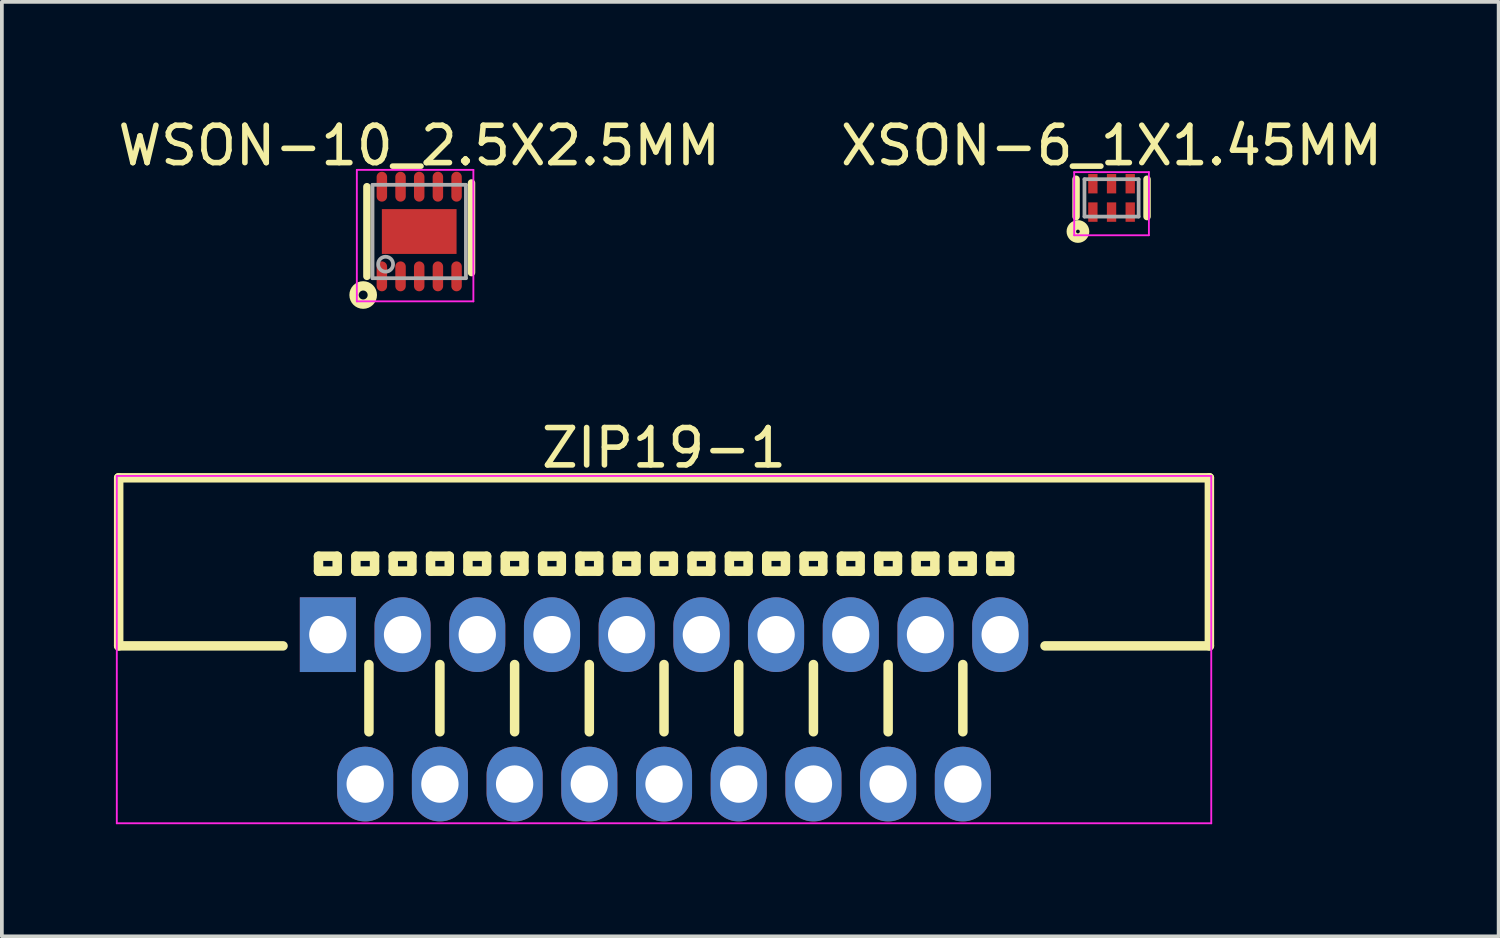
<source format=kicad_pcb>
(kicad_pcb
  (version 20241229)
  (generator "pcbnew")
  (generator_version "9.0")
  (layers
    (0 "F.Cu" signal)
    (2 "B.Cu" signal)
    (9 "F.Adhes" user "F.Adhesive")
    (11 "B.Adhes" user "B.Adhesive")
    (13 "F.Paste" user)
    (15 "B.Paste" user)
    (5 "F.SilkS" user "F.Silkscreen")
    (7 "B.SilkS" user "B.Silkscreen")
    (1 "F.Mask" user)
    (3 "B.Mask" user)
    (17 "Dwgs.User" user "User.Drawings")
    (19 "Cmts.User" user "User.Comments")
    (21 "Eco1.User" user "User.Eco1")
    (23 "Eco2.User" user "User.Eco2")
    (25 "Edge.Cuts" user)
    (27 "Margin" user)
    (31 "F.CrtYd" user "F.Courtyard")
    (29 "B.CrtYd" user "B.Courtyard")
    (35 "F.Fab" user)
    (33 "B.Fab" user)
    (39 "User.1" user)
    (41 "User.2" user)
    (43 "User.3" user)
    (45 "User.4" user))
  (footprint "WSON-10_2.5X2.5MM"
    (layer "F.Cu")
    (at 8.173 3.148)
    (property "Reference" "WSON-10_2.5X2.5MM" (at 0 -2.3 0) (layer "F.SilkS") (effects (font (size 1 1) (thickness 0.15))))
    (attr through_hole)
    (fp_line (start -1.4 1.2) (end -1.4 -1.2) (stroke (width 0.2) (type solid)) (layer "F.SilkS"))
    (fp_line (start 1.4 1.1) (end 1.4 -1.3) (stroke (width 0.2) (type solid)) (layer "F.SilkS"))
    (fp_circle (center -1.5 1.7) (end -1.38 1.7) (stroke (width 0.25) (type solid)) (fill no) (layer "F.SilkS"))
    (fp_line (start -1.67 -1.65) (end 1.45 -1.65) (stroke (width 0.05) (type solid)) (layer "F.CrtYd"))
    (fp_line (start -1.67 1.87) (end -1.67 -1.65) (stroke (width 0.05) (type solid)) (layer "F.CrtYd"))
    (fp_line (start 1.45 -1.65) (end 1.45 1.87) (stroke (width 0.05) (type solid)) (layer "F.CrtYd"))
    (fp_line (start 1.45 1.87) (end -1.67 1.87) (stroke (width 0.05) (type solid)) (layer "F.CrtYd"))
    (fp_line (start -1.25 -1.25) (end 1.25 -1.25) (stroke (width 0.1) (type solid)) (layer "F.Fab"))
    (fp_line (start -1.25 1.25) (end -1.25 -1.25) (stroke (width 0.1) (type solid)) (layer "F.Fab"))
    (fp_line (start -1.25 1.25) (end 1.25 1.25) (stroke (width 0.1) (type solid)) (layer "F.Fab"))
    (fp_line (start 1.25 1.25) (end 1.25 -1.25) (stroke (width 0.1) (type solid)) (layer "F.Fab"))
    (fp_circle (center -0.9 0.875) (end -0.7 0.875) (stroke (width 0.1) (type solid)) (fill no) (layer "F.Fab"))
    (pad "0" smd rect (at 0 0) (size 2 1.2) (layers "F.Cu" "F.Mask" "F.Paste"))
    (pad "1" smd oval (at -1 1.2 180) (size 0.28 0.8) (layers "F.Cu" "F.Mask" "F.Paste"))
    (pad "2" smd oval (at -0.5 1.2 180) (size 0.28 0.8) (layers "F.Cu" "F.Mask" "F.Paste"))
    (pad "3" smd oval (at 0 1.2 180) (size 0.28 0.8) (layers "F.Cu" "F.Mask" "F.Paste"))
    (pad "4" smd oval (at 0.5 1.2 180) (size 0.28 0.8) (layers "F.Cu" "F.Mask" "F.Paste"))
    (pad "5" smd oval (at 1 1.2 180) (size 0.28 0.8) (layers "F.Cu" "F.Mask" "F.Paste"))
    (pad "6" smd oval (at 1 -1.2) (size 0.28 0.8) (layers "F.Cu" "F.Mask" "F.Paste"))
    (pad "7" smd oval (at 0.5 -1.2) (size 0.28 0.8) (layers "F.Cu" "F.Mask" "F.Paste"))
    (pad "8" smd oval (at 0 -1.2) (size 0.28 0.8) (layers "F.Cu" "F.Mask" "F.Paste"))
    (pad "9" smd oval (at -0.5 -1.2) (size 0.28 0.8) (layers "F.Cu" "F.Mask" "F.Paste"))
    (pad "10" smd oval (at -1 -1.2) (size 0.28 0.8) (layers "F.Cu" "F.Mask" "F.Paste")))
  (footprint "XSON-6_1X1.45MM"
    (layer "F.Cu")
    (at 26.708 2.248)
    (property "Reference" "XSON-6_1X1.45MM" (at 0 -1.4 0) (layer "F.SilkS") (effects (font (size 1 1) (thickness 0.15))))
    (attr through_hole)
    (fp_line (start -0.95 0.5) (end -0.95 -0.5) (stroke (width 0.2) (type solid)) (layer "F.SilkS"))
    (fp_line (start 0.95 0.5) (end 0.95 -0.5) (stroke (width 0.2) (type solid)) (layer "F.SilkS"))
    (fp_circle (center -0.9 0.9) (end -0.85 0.9) (stroke (width 0.254) (type solid)) (fill no) (layer "F.SilkS"))
    (fp_line (start -1 -0.69) (end 1 -0.69) (stroke (width 0.05) (type solid)) (layer "F.CrtYd"))
    (fp_line (start -1 1) (end -1 -0.69) (stroke (width 0.05) (type solid)) (layer "F.CrtYd"))
    (fp_line (start 1 -0.69) (end 1 1) (stroke (width 0.05) (type solid)) (layer "F.CrtYd"))
    (fp_line (start 1 1) (end -1 1) (stroke (width 0.05) (type solid)) (layer "F.CrtYd"))
    (fp_line (start -0.725 -0.5) (end 0.725 -0.5) (stroke (width 0.1) (type solid)) (layer "F.Fab"))
    (fp_line (start -0.725 0.5) (end -0.725 -0.5) (stroke (width 0.1) (type solid)) (layer "F.Fab"))
    (fp_line (start -0.725 0.5) (end 0.725 0.5) (stroke (width 0.1) (type solid)) (layer "F.Fab"))
    (fp_line (start 0.725 0.5) (end 0.725 -0.5) (stroke (width 0.1) (type solid)) (layer "F.Fab"))
    (pad "1" smd rect (at -0.5 0.38) (size 0.25 0.52) (layers "F.Cu" "F.Mask" "F.Paste"))
    (pad "2" smd rect (at 0 0.38) (size 0.25 0.52) (layers "F.Cu" "F.Mask" "F.Paste"))
    (pad "3" smd rect (at 0.5 0.38) (size 0.25 0.52) (layers "F.Cu" "F.Mask" "F.Paste"))
    (pad "4" smd rect (at 0.5 -0.38 180) (size 0.25 0.52) (layers "F.Cu" "F.Mask" "F.Paste"))
    (pad "5" smd rect (at 0 -0.38 180) (size 0.25 0.52) (layers "F.Cu" "F.Mask" "F.Paste"))
    (pad "6" smd rect (at -0.5 -0.38 180) (size 0.25 0.52) (layers "F.Cu" "F.Mask" "F.Paste")))
  (footprint "ZIP19-1"
    (layer "F.Cu")
    (at 14.727 15.941)
    (property "Reference" "ZIP19-1" (at 0 -7 0) (layer "F.SilkS") (effects (font (size 1 1) (thickness 0.15))))
    (attr through_hole)
    (fp_line (start -14.6 -6.2) (end 14.6 -6.2) (stroke (width 0.254) (type solid)) (layer "F.SilkS"))
    (fp_line (start -14.6 -1.7) (end -14.6 -6.2) (stroke (width 0.254) (type solid)) (layer "F.SilkS"))
    (fp_line (start -14.6 -1.7) (end -10.2 -1.7) (stroke (width 0.254) (type solid)) (layer "F.SilkS"))
    (fp_line (start -9.25 -4.1) (end -8.75 -4.1) (stroke (width 0.254) (type solid)) (layer "F.SilkS"))
    (fp_line (start -9.25 -3.7) (end -9.25 -4.1) (stroke (width 0.254) (type solid)) (layer "F.SilkS"))
    (fp_line (start -9.25 -3.7) (end -8.75 -3.7) (stroke (width 0.254) (type solid)) (layer "F.SilkS"))
    (fp_line (start -8.75 -3.7) (end -8.75 -4.1) (stroke (width 0.254) (type solid)) (layer "F.SilkS"))
    (fp_line (start -8.25 -4.1) (end -7.75 -4.1) (stroke (width 0.254) (type solid)) (layer "F.SilkS"))
    (fp_line (start -8.25 -3.7) (end -8.25 -4.1) (stroke (width 0.254) (type solid)) (layer "F.SilkS"))
    (fp_line (start -8.25 -3.7) (end -7.75 -3.7) (stroke (width 0.254) (type solid)) (layer "F.SilkS"))
    (fp_line (start -7.9 0.6) (end -7.9 -1.2) (stroke (width 0.254) (type solid)) (layer "F.SilkS"))
    (fp_line (start -7.75 -3.7) (end -7.75 -4.1) (stroke (width 0.254) (type solid)) (layer "F.SilkS"))
    (fp_line (start -7.25 -4.1) (end -6.75 -4.1) (stroke (width 0.254) (type solid)) (layer "F.SilkS"))
    (fp_line (start -7.25 -3.7) (end -7.25 -4.1) (stroke (width 0.254) (type solid)) (layer "F.SilkS"))
    (fp_line (start -7.25 -3.7) (end -6.75 -3.7) (stroke (width 0.254) (type solid)) (layer "F.SilkS"))
    (fp_line (start -6.75 -3.7) (end -6.75 -4.1) (stroke (width 0.254) (type solid)) (layer "F.SilkS"))
    (fp_line (start -6.25 -4.1) (end -5.75 -4.1) (stroke (width 0.254) (type solid)) (layer "F.SilkS"))
    (fp_line (start -6.25 -3.7) (end -6.25 -4.1) (stroke (width 0.254) (type solid)) (layer "F.SilkS"))
    (fp_line (start -6.25 -3.7) (end -5.75 -3.7) (stroke (width 0.254) (type solid)) (layer "F.SilkS"))
    (fp_line (start -6 0.6) (end -6 -1.2) (stroke (width 0.254) (type solid)) (layer "F.SilkS"))
    (fp_line (start -5.75 -3.7) (end -5.75 -4.1) (stroke (width 0.254) (type solid)) (layer "F.SilkS"))
    (fp_line (start -5.25 -4.1) (end -4.75 -4.1) (stroke (width 0.254) (type solid)) (layer "F.SilkS"))
    (fp_line (start -5.25 -3.7) (end -5.25 -4.1) (stroke (width 0.254) (type solid)) (layer "F.SilkS"))
    (fp_line (start -5.25 -3.7) (end -4.75 -3.7) (stroke (width 0.254) (type solid)) (layer "F.SilkS"))
    (fp_line (start -4.75 -3.7) (end -4.75 -4.1) (stroke (width 0.254) (type solid)) (layer "F.SilkS"))
    (fp_line (start -4.25 -4.1) (end -3.75 -4.1) (stroke (width 0.254) (type solid)) (layer "F.SilkS"))
    (fp_line (start -4.25 -3.7) (end -4.25 -4.1) (stroke (width 0.254) (type solid)) (layer "F.SilkS"))
    (fp_line (start -4.25 -3.7) (end -3.75 -3.7) (stroke (width 0.254) (type solid)) (layer "F.SilkS"))
    (fp_line (start -4 0.6) (end -4 -1.2) (stroke (width 0.254) (type solid)) (layer "F.SilkS"))
    (fp_line (start -3.75 -3.7) (end -3.75 -4.1) (stroke (width 0.254) (type solid)) (layer "F.SilkS"))
    (fp_line (start -3.25 -4.1) (end -2.75 -4.1) (stroke (width 0.254) (type solid)) (layer "F.SilkS"))
    (fp_line (start -3.25 -3.7) (end -3.25 -4.1) (stroke (width 0.254) (type solid)) (layer "F.SilkS"))
    (fp_line (start -3.25 -3.7) (end -2.75 -3.7) (stroke (width 0.254) (type solid)) (layer "F.SilkS"))
    (fp_line (start -2.75 -3.7) (end -2.75 -4.1) (stroke (width 0.254) (type solid)) (layer "F.SilkS"))
    (fp_line (start -2.25 -4.1) (end -1.75 -4.1) (stroke (width 0.254) (type solid)) (layer "F.SilkS"))
    (fp_line (start -2.25 -3.7) (end -2.25 -4.1) (stroke (width 0.254) (type solid)) (layer "F.SilkS"))
    (fp_line (start -2.25 -3.7) (end -1.75 -3.7) (stroke (width 0.254) (type solid)) (layer "F.SilkS"))
    (fp_line (start -2 0.6) (end -2 -1.2) (stroke (width 0.254) (type solid)) (layer "F.SilkS"))
    (fp_line (start -1.75 -3.7) (end -1.75 -4.1) (stroke (width 0.254) (type solid)) (layer "F.SilkS"))
    (fp_line (start -1.25 -4.1) (end -0.75 -4.1) (stroke (width 0.254) (type solid)) (layer "F.SilkS"))
    (fp_line (start -1.25 -3.7) (end -1.25 -4.1) (stroke (width 0.254) (type solid)) (layer "F.SilkS"))
    (fp_line (start -1.25 -3.7) (end -0.75 -3.7) (stroke (width 0.254) (type solid)) (layer "F.SilkS"))
    (fp_line (start -0.75 -3.7) (end -0.75 -4.1) (stroke (width 0.254) (type solid)) (layer "F.SilkS"))
    (fp_line (start -0.25 -4.1) (end 0.25 -4.1) (stroke (width 0.254) (type solid)) (layer "F.SilkS"))
    (fp_line (start -0.25 -3.7) (end -0.25 -4.1) (stroke (width 0.254) (type solid)) (layer "F.SilkS"))
    (fp_line (start -0.25 -3.7) (end 0.25 -3.7) (stroke (width 0.254) (type solid)) (layer "F.SilkS"))
    (fp_line (start 0 0.6) (end 0 -1.2) (stroke (width 0.254) (type solid)) (layer "F.SilkS"))
    (fp_line (start 0.25 -3.7) (end 0.25 -4.1) (stroke (width 0.254) (type solid)) (layer "F.SilkS"))
    (fp_line (start 0.75 -4.1) (end 1.25 -4.1) (stroke (width 0.254) (type solid)) (layer "F.SilkS"))
    (fp_line (start 0.75 -3.7) (end 0.75 -4.1) (stroke (width 0.254) (type solid)) (layer "F.SilkS"))
    (fp_line (start 0.75 -3.7) (end 1.25 -3.7) (stroke (width 0.254) (type solid)) (layer "F.SilkS"))
    (fp_line (start 1.25 -3.7) (end 1.25 -4.1) (stroke (width 0.254) (type solid)) (layer "F.SilkS"))
    (fp_line (start 1.75 -4.1) (end 2.25 -4.1) (stroke (width 0.254) (type solid)) (layer "F.SilkS"))
    (fp_line (start 1.75 -3.7) (end 1.75 -4.1) (stroke (width 0.254) (type solid)) (layer "F.SilkS"))
    (fp_line (start 1.75 -3.7) (end 2.25 -3.7) (stroke (width 0.254) (type solid)) (layer "F.SilkS"))
    (fp_line (start 2 0.6) (end 2 -1.2) (stroke (width 0.254) (type solid)) (layer "F.SilkS"))
    (fp_line (start 2.25 -3.7) (end 2.25 -4.1) (stroke (width 0.254) (type solid)) (layer "F.SilkS"))
    (fp_line (start 2.75 -4.1) (end 3.25 -4.1) (stroke (width 0.254) (type solid)) (layer "F.SilkS"))
    (fp_line (start 2.75 -3.7) (end 2.75 -4.1) (stroke (width 0.254) (type solid)) (layer "F.SilkS"))
    (fp_line (start 2.75 -3.7) (end 3.25 -3.7) (stroke (width 0.254) (type solid)) (layer "F.SilkS"))
    (fp_line (start 3.25 -3.7) (end 3.25 -4.1) (stroke (width 0.254) (type solid)) (layer "F.SilkS"))
    (fp_line (start 3.75 -4.1) (end 4.25 -4.1) (stroke (width 0.254) (type solid)) (layer "F.SilkS"))
    (fp_line (start 3.75 -3.7) (end 3.75 -4.1) (stroke (width 0.254) (type solid)) (layer "F.SilkS"))
    (fp_line (start 3.75 -3.7) (end 4.25 -3.7) (stroke (width 0.254) (type solid)) (layer "F.SilkS"))
    (fp_line (start 4 0.6) (end 4 -1.2) (stroke (width 0.254) (type solid)) (layer "F.SilkS"))
    (fp_line (start 4.25 -3.7) (end 4.25 -4.1) (stroke (width 0.254) (type solid)) (layer "F.SilkS"))
    (fp_line (start 4.75 -4.1) (end 5.25 -4.1) (stroke (width 0.254) (type solid)) (layer "F.SilkS"))
    (fp_line (start 4.75 -3.7) (end 4.75 -4.1) (stroke (width 0.254) (type solid)) (layer "F.SilkS"))
    (fp_line (start 4.75 -3.7) (end 5.25 -3.7) (stroke (width 0.254) (type solid)) (layer "F.SilkS"))
    (fp_line (start 5.25 -3.7) (end 5.25 -4.1) (stroke (width 0.254) (type solid)) (layer "F.SilkS"))
    (fp_line (start 5.75 -4.1) (end 6.25 -4.1) (stroke (width 0.254) (type solid)) (layer "F.SilkS"))
    (fp_line (start 5.75 -3.7) (end 5.75 -4.1) (stroke (width 0.254) (type solid)) (layer "F.SilkS"))
    (fp_line (start 5.75 -3.7) (end 6.25 -3.7) (stroke (width 0.254) (type solid)) (layer "F.SilkS"))
    (fp_line (start 6 0.6) (end 6 -1.2) (stroke (width 0.254) (type solid)) (layer "F.SilkS"))
    (fp_line (start 6.25 -3.7) (end 6.25 -4.1) (stroke (width 0.254) (type solid)) (layer "F.SilkS"))
    (fp_line (start 6.75 -4.1) (end 7.25 -4.1) (stroke (width 0.254) (type solid)) (layer "F.SilkS"))
    (fp_line (start 6.75 -3.7) (end 6.75 -4.1) (stroke (width 0.254) (type solid)) (layer "F.SilkS"))
    (fp_line (start 6.75 -3.7) (end 7.25 -3.7) (stroke (width 0.254) (type solid)) (layer "F.SilkS"))
    (fp_line (start 7.25 -3.7) (end 7.25 -4.1) (stroke (width 0.254) (type solid)) (layer "F.SilkS"))
    (fp_line (start 7.75 -4.1) (end 8.25 -4.1) (stroke (width 0.254) (type solid)) (layer "F.SilkS"))
    (fp_line (start 7.75 -3.7) (end 7.75 -4.1) (stroke (width 0.254) (type solid)) (layer "F.SilkS"))
    (fp_line (start 7.75 -3.7) (end 8.25 -3.7) (stroke (width 0.254) (type solid)) (layer "F.SilkS"))
    (fp_line (start 8 0.6) (end 8 -1.2) (stroke (width 0.254) (type solid)) (layer "F.SilkS"))
    (fp_line (start 8.25 -3.7) (end 8.25 -4.1) (stroke (width 0.254) (type solid)) (layer "F.SilkS"))
    (fp_line (start 8.75 -4.1) (end 9.25 -4.1) (stroke (width 0.254) (type solid)) (layer "F.SilkS"))
    (fp_line (start 8.75 -3.7) (end 8.75 -4.1) (stroke (width 0.254) (type solid)) (layer "F.SilkS"))
    (fp_line (start 8.75 -3.7) (end 9.25 -3.7) (stroke (width 0.254) (type solid)) (layer "F.SilkS"))
    (fp_line (start 9.25 -3.7) (end 9.25 -4.1) (stroke (width 0.254) (type solid)) (layer "F.SilkS"))
    (fp_line (start 10.2 -1.7) (end 14.6 -1.7) (stroke (width 0.254) (type solid)) (layer "F.SilkS"))
    (fp_line (start 14.6 -1.7) (end 14.6 -6.2) (stroke (width 0.254) (type solid)) (layer "F.SilkS"))
    (fp_line (start -14.65 -6.25) (end 14.65 -6.25) (stroke (width 0.05) (type solid)) (layer "F.CrtYd"))
    (fp_line (start -14.65 3.05) (end -14.65 -6.25) (stroke (width 0.05) (type solid)) (layer "F.CrtYd"))
    (fp_line (start 14.65 -6.25) (end 14.65 3.05) (stroke (width 0.05) (type solid)) (layer "F.CrtYd"))
    (fp_line (start 14.65 3.05) (end -14.65 3.05) (stroke (width 0.05) (type solid)) (layer "F.CrtYd"))
    (pad "1" thru_hole rect (at -9 -2) (size 1.5 2) (drill 1) (layers "*.Cu" "*.Mask"))
    (pad "2" thru_hole oval (at -8 2) (size 1.5 2) (drill 1) (layers "*.Cu" "*.Mask"))
    (pad "3" thru_hole oval (at -7 -2) (size 1.5 2) (drill 1) (layers "*.Cu" "*.Mask"))
    (pad "4" thru_hole oval (at -6 2) (size 1.5 2) (drill 1) (layers "*.Cu" "*.Mask"))
    (pad "5" thru_hole oval (at -5 -2) (size 1.5 2) (drill 1) (layers "*.Cu" "*.Mask"))
    (pad "6" thru_hole oval (at -4 2) (size 1.5 2) (drill 1) (layers "*.Cu" "*.Mask"))
    (pad "7" thru_hole oval (at -3 -2) (size 1.5 2) (drill 1) (layers "*.Cu" "*.Mask"))
    (pad "8" thru_hole oval (at -2 2) (size 1.5 2) (drill 1) (layers "*.Cu" "*.Mask"))
    (pad "9" thru_hole oval (at -1 -2) (size 1.5 2) (drill 1) (layers "*.Cu" "*.Mask"))
    (pad "10" thru_hole oval (at 0 2) (size 1.5 2) (drill 1) (layers "*.Cu" "*.Mask"))
    (pad "11" thru_hole oval (at 1 -2) (size 1.5 2) (drill 1) (layers "*.Cu" "*.Mask"))
    (pad "12" thru_hole oval (at 2 2) (size 1.5 2) (drill 1) (layers "*.Cu" "*.Mask"))
    (pad "13" thru_hole oval (at 3 -2) (size 1.5 2) (drill 1) (layers "*.Cu" "*.Mask"))
    (pad "14" thru_hole oval (at 4 2) (size 1.5 2) (drill 1) (layers "*.Cu" "*.Mask"))
    (pad "15" thru_hole oval (at 5 -2) (size 1.5 2) (drill 1) (layers "*.Cu" "*.Mask"))
    (pad "16" thru_hole oval (at 6 2) (size 1.5 2) (drill 1) (layers "*.Cu" "*.Mask"))
    (pad "17" thru_hole oval (at 7 -2) (size 1.5 2) (drill 1) (layers "*.Cu" "*.Mask"))
    (pad "18" thru_hole oval (at 8 2) (size 1.5 2) (drill 1) (layers "*.Cu" "*.Mask"))
    (pad "19" thru_hole oval (at 9 -2) (size 1.5 2) (drill 1) (layers "*.Cu" "*.Mask")))
  (gr_rect
    (start -3 -3)
    (end 37.071 22.017)
    (stroke (width 0.1) (type default))
    (fill no)
    (layer "Edge.Cuts")))
</source>
